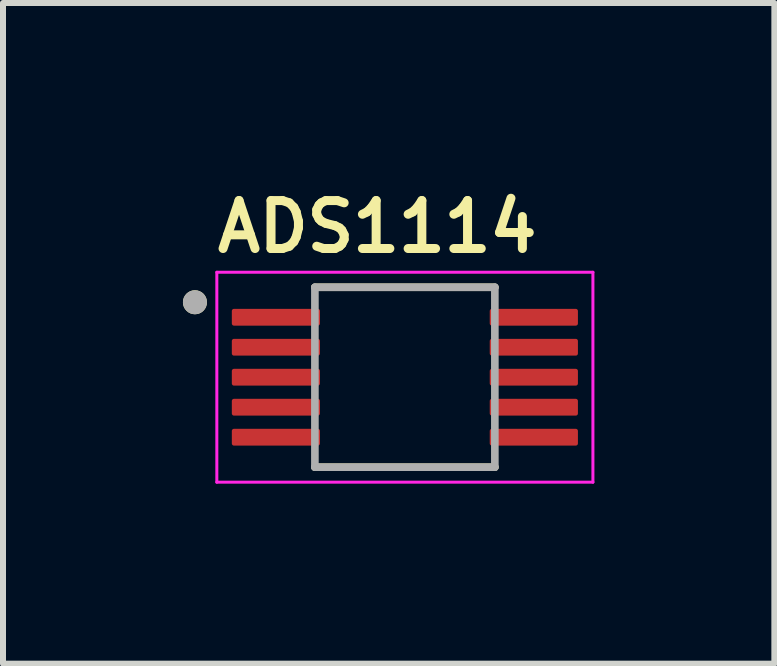
<source format=kicad_pcb>
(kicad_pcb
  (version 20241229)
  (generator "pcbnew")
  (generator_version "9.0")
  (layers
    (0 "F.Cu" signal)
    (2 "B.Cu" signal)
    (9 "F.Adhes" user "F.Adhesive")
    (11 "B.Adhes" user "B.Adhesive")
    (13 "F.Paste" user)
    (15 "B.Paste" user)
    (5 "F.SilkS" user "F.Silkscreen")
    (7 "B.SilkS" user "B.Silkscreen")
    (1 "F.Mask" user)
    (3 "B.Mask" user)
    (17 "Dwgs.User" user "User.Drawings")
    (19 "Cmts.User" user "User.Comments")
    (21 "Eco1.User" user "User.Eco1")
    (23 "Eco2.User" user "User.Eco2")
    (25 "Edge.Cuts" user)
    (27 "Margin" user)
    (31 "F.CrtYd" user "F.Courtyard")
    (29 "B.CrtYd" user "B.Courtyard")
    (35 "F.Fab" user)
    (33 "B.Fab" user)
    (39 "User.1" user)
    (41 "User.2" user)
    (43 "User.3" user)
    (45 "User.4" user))
  (footprint "ADS1114"
    (layer "F.Cu")
    (at 3.7 3.239)
    (property "Reference" "ADS1114" (at -0.46 -2.508 0) (layer "F.SilkS") (effects (font (size 0.8 0.8) (thickness 0.15))))
    (attr smd)
    (fp_line (start -1.5 -1.5) (end 1.5 -1.5) (stroke (width 0.127) (type solid)) (layer "F.SilkS"))
    (fp_line (start -1.5 1.5) (end 1.5 1.5) (stroke (width 0.127) (type solid)) (layer "F.SilkS"))
    (fp_circle (center -3.5 -1.25) (end -3.4 -1.25) (stroke (width 0.2) (type solid)) (fill no) (layer "F.SilkS"))
    (fp_line (start -3.135 -1.75) (end -3.135 1.75) (stroke (width 0.05) (type solid)) (layer "F.CrtYd"))
    (fp_line (start -3.135 -1.75) (end 3.135 -1.75) (stroke (width 0.05) (type solid)) (layer "F.CrtYd"))
    (fp_line (start -3.135 1.75) (end 3.135 1.75) (stroke (width 0.05) (type solid)) (layer "F.CrtYd"))
    (fp_line (start 3.135 -1.75) (end 3.135 1.75) (stroke (width 0.05) (type solid)) (layer "F.CrtYd"))
    (fp_line (start -1.5 -1.5) (end -1.5 1.5) (stroke (width 0.127) (type solid)) (layer "F.Fab"))
    (fp_line (start -1.5 -1.5) (end 1.5 -1.5) (stroke (width 0.127) (type solid)) (layer "F.Fab"))
    (fp_line (start -1.5 1.5) (end 1.5 1.5) (stroke (width 0.127) (type solid)) (layer "F.Fab"))
    (fp_line (start 1.5 -1.5) (end 1.5 1.5) (stroke (width 0.127) (type solid)) (layer "F.Fab"))
    (fp_circle (center -3.5 -1.25) (end -3.4 -1.25) (stroke (width 0.2) (type solid)) (fill no) (layer "F.Fab"))
    (pad "1" smd roundrect (at -2.15 -1) (size 1.47 0.28) (layers "F.Cu" "F.Mask" "F.Paste") (roundrect_rratio 0.125))
    (pad "2" smd roundrect (at -2.15 -0.5) (size 1.47 0.28) (layers "F.Cu" "F.Mask" "F.Paste") (roundrect_rratio 0.125))
    (pad "3" smd roundrect (at -2.15 0) (size 1.47 0.28) (layers "F.Cu" "F.Mask" "F.Paste") (roundrect_rratio 0.125))
    (pad "4" smd roundrect (at -2.15 0.5) (size 1.47 0.28) (layers "F.Cu" "F.Mask" "F.Paste") (roundrect_rratio 0.125))
    (pad "5" smd roundrect (at -2.15 1) (size 1.47 0.28) (layers "F.Cu" "F.Mask" "F.Paste") (roundrect_rratio 0.125))
    (pad "6" smd roundrect (at 2.15 1) (size 1.47 0.28) (layers "F.Cu" "F.Mask" "F.Paste") (roundrect_rratio 0.125))
    (pad "7" smd roundrect (at 2.15 0.5) (size 1.47 0.28) (layers "F.Cu" "F.Mask" "F.Paste") (roundrect_rratio 0.125))
    (pad "8" smd roundrect (at 2.15 0) (size 1.47 0.28) (layers "F.Cu" "F.Mask" "F.Paste") (roundrect_rratio 0.125))
    (pad "9" smd roundrect (at 2.15 -0.5) (size 1.47 0.28) (layers "F.Cu" "F.Mask" "F.Paste") (roundrect_rratio 0.125))
    (pad "10" smd roundrect (at 2.15 -1) (size 1.47 0.28) (layers "F.Cu" "F.Mask" "F.Paste") (roundrect_rratio 0.125)))
  (gr_rect
    (start -3 -3)
    (end 9.86 8.014)
    (stroke (width 0.1) (type default))
    (fill no)
    (layer "Edge.Cuts")))
</source>
